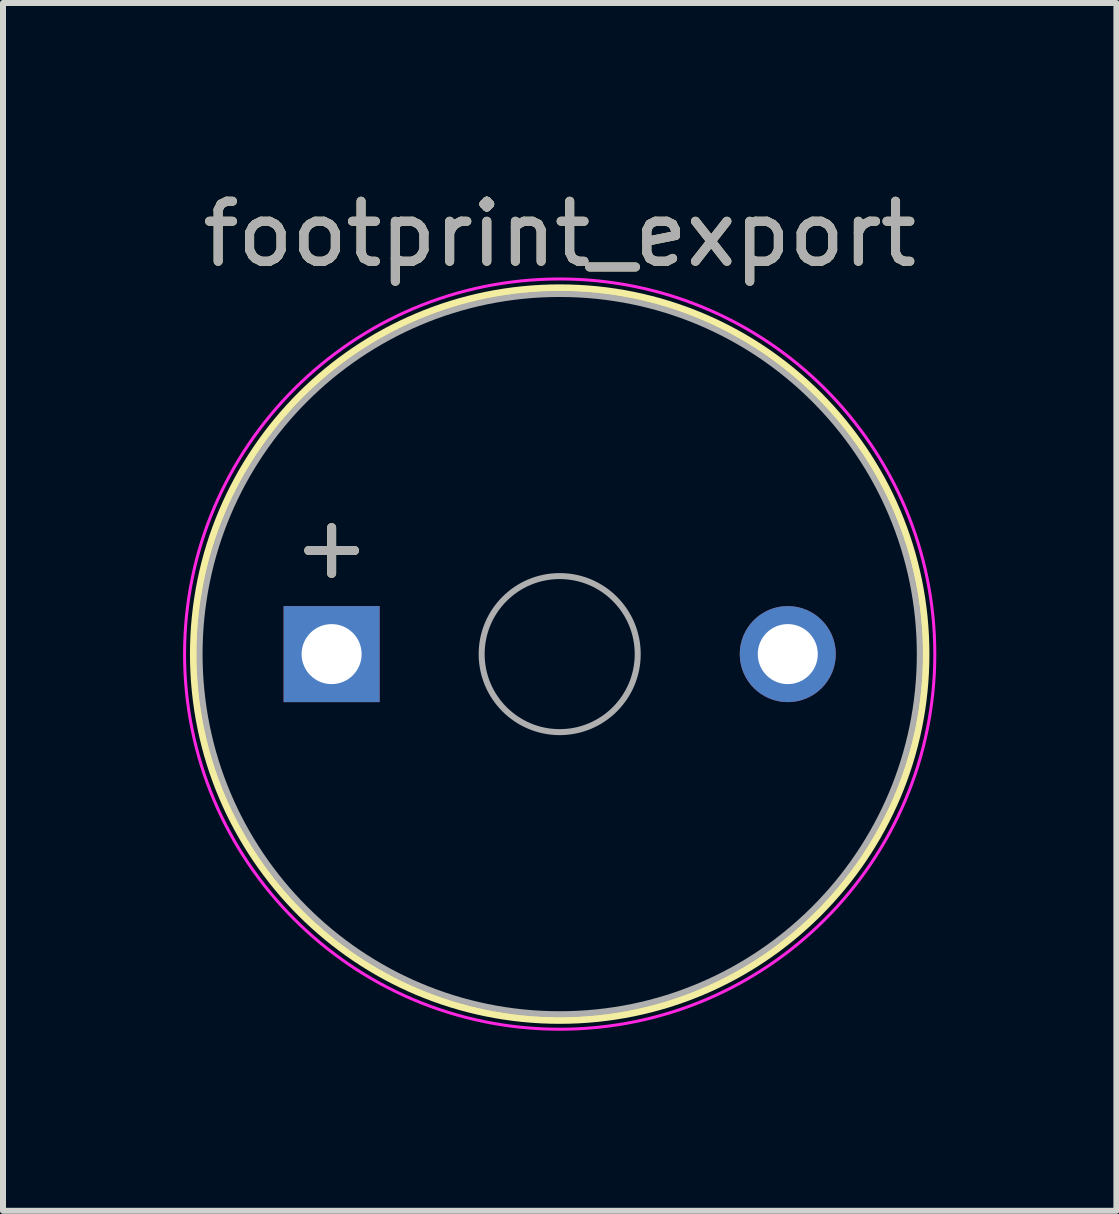
<source format=kicad_pcb>
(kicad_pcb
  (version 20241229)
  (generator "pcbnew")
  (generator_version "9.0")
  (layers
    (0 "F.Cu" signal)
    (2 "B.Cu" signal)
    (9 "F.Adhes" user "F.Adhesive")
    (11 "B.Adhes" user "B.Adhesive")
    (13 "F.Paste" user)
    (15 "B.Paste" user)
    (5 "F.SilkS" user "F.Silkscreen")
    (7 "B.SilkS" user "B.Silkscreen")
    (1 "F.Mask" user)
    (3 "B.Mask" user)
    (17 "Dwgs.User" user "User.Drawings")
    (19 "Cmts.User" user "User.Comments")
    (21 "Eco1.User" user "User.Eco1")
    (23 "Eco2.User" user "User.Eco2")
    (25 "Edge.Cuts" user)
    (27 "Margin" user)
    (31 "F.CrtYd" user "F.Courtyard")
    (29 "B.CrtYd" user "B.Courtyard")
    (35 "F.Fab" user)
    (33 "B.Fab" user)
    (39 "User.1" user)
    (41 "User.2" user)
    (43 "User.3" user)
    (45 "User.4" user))
  (footprint "footprint_export"
    (layer "F.Cu")
    (at 2.475 7.848)
    (property "Reference" "footprint_export" (at 3.8 -7 0) (layer "F.SilkS") (effects (font (size 1 1) (thickness 0.15))))
    (attr through_hole)
    (fp_circle (center 3.8 0) (end 9.9 0) (stroke (width 0.12) (type solid)) (fill no) (layer "F.SilkS"))
    (fp_circle (center 3.8 0) (end 10.05 0) (stroke (width 0.05) (type solid)) (fill no) (layer "F.CrtYd"))
    (fp_circle (center 3.8 0) (end 5.1 0) (stroke (width 0.1) (type solid)) (fill no) (layer "F.Fab"))
    (fp_circle (center 3.8 0) (end 9.8 0) (stroke (width 0.1) (type solid)) (fill no) (layer "F.Fab"))
    (fp_text user "+" (at 0 -1.8 0) (layer "F.SilkS") (effects (font (size 1 1) (thickness 0.15))))
    (fp_text user "${REFERENCE}" (at 3.8 -7 0) (layer "F.Fab") (effects (font (size 1 1) (thickness 0.15))))
    (fp_text user "+" (at 0 -1.8 0) (layer "F.Fab") (effects (font (size 1 1) (thickness 0.15))))
    (pad "1" thru_hole rect (at 0 0) (size 1.6 1.6) (drill 1) (layers "*.Cu" "*.Mask"))
    (pad "2" thru_hole circle (at 7.6 0) (size 1.6 1.6) (drill 1) (layers "*.Cu" "*.Mask")))
  (gr_rect
    (start -3 -3)
    (end 15.55 17.123)
    (stroke (width 0.1) (type default))
    (fill no)
    (layer "Edge.Cuts")))
</source>
